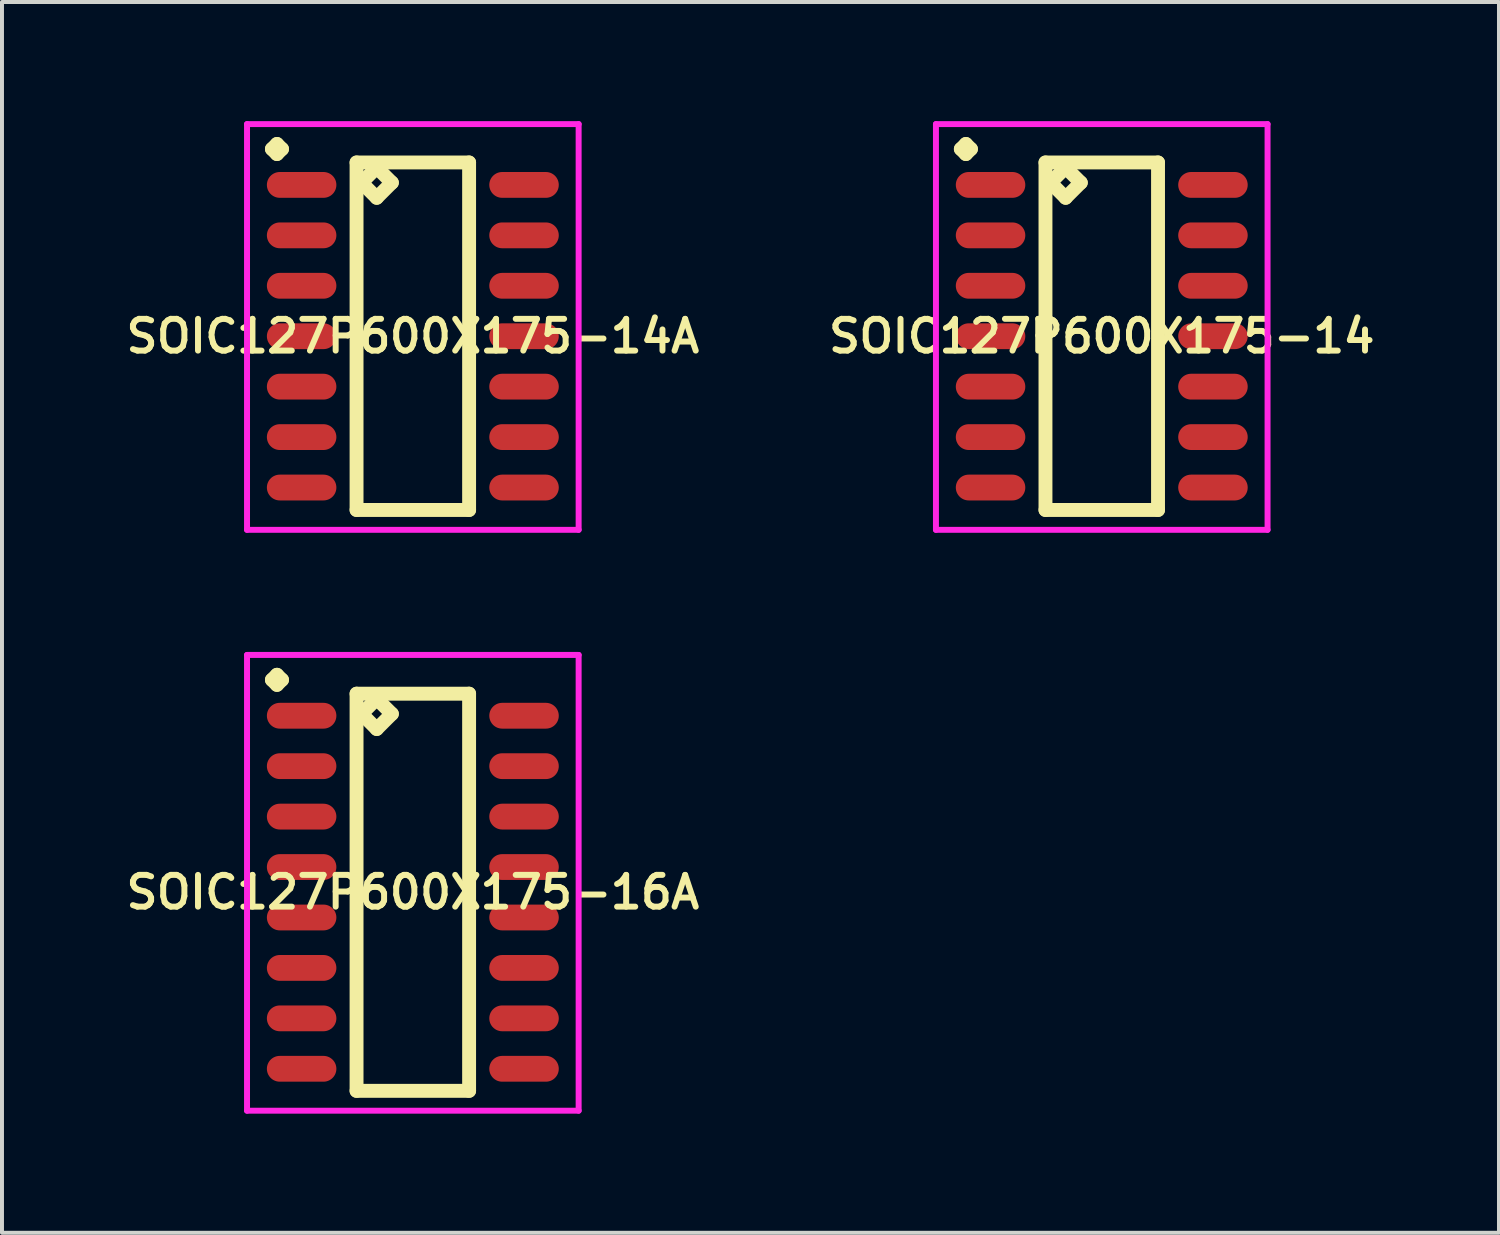
<source format=kicad_pcb>
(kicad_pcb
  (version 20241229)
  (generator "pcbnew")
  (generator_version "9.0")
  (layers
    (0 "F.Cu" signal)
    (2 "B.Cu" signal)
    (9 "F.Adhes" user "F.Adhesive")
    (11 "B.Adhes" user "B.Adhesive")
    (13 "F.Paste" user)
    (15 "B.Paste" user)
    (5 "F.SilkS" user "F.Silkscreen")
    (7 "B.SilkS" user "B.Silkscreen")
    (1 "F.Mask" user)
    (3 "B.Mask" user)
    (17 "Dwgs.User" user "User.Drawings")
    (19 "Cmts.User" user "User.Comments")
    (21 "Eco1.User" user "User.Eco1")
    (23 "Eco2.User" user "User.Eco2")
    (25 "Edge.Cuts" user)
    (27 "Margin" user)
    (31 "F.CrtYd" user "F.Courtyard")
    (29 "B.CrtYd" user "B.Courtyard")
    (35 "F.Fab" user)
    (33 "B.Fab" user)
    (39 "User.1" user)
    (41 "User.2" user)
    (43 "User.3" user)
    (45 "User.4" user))
  (footprint "SOIC127P600X175-16A"
    (layer "F.Cu")
    (at 7.345 19.417)
    (property "Reference" "SOIC127P600X175-16A" (at 0 0 0) (layer "F.SilkS") (effects (font (size 0.8 0.8) (thickness 0.15))))
    (attr smd)
    (fp_line (start -3.548 -5.349) (end -3.421 -5.476) (stroke (width 0.35) (type solid)) (layer "F.SilkS"))
    (fp_line (start -3.421 -5.476) (end -3.294 -5.349) (stroke (width 0.35) (type solid)) (layer "F.SilkS"))
    (fp_line (start -3.421 -5.222) (end -3.548 -5.349) (stroke (width 0.35) (type solid)) (layer "F.SilkS"))
    (fp_line (start -3.294 -5.349) (end -3.421 -5.222) (stroke (width 0.35) (type solid)) (layer "F.SilkS"))
    (fp_line (start -1.417 -5) (end -1.417 5) (stroke (width 0.35) (type solid)) (layer "F.SilkS"))
    (fp_line (start -1.417 5) (end 1.417 5) (stroke (width 0.35) (type solid)) (layer "F.SilkS"))
    (fp_line (start -1.29 -4.492) (end -0.909 -4.873) (stroke (width 0.35) (type solid)) (layer "F.SilkS"))
    (fp_line (start -0.909 -4.873) (end -0.528 -4.492) (stroke (width 0.35) (type solid)) (layer "F.SilkS"))
    (fp_line (start -0.909 -4.111) (end -1.29 -4.492) (stroke (width 0.35) (type solid)) (layer "F.SilkS"))
    (fp_line (start -0.528 -4.492) (end -0.909 -4.111) (stroke (width 0.35) (type solid)) (layer "F.SilkS"))
    (fp_line (start 1.417 -5) (end -1.417 -5) (stroke (width 0.35) (type solid)) (layer "F.SilkS"))
    (fp_line (start 1.417 5) (end 1.417 -5) (stroke (width 0.35) (type solid)) (layer "F.SilkS"))
    (fp_line (start -4.175 -5.976) (end 4.175 -5.976) (stroke (width 0.15) (type solid)) (layer "F.CrtYd"))
    (fp_line (start -4.175 5.5) (end -4.175 -5.976) (stroke (width 0.15) (type solid)) (layer "F.CrtYd"))
    (fp_line (start 4.175 -5.976) (end 4.175 5.5) (stroke (width 0.15) (type solid)) (layer "F.CrtYd"))
    (fp_line (start 4.175 5.5) (end -4.175 5.5) (stroke (width 0.15) (type solid)) (layer "F.CrtYd"))
    (pad "1" smd oval (at -2.8 -4.445) (size 1.75 0.65) (layers "F.Cu" "F.Mask" "F.Paste"))
    (pad "2" smd oval (at -2.8 -3.175) (size 1.75 0.65) (layers "F.Cu" "F.Mask" "F.Paste"))
    (pad "3" smd oval (at -2.8 -1.905) (size 1.75 0.65) (layers "F.Cu" "F.Mask" "F.Paste"))
    (pad "4" smd oval (at -2.8 -0.635) (size 1.75 0.65) (layers "F.Cu" "F.Mask" "F.Paste"))
    (pad "5" smd oval (at -2.8 0.635) (size 1.75 0.65) (layers "F.Cu" "F.Mask" "F.Paste"))
    (pad "6" smd oval (at -2.8 1.905) (size 1.75 0.65) (layers "F.Cu" "F.Mask" "F.Paste"))
    (pad "7" smd oval (at -2.8 3.175) (size 1.75 0.65) (layers "F.Cu" "F.Mask" "F.Paste"))
    (pad "8" smd oval (at -2.8 4.445) (size 1.75 0.65) (layers "F.Cu" "F.Mask" "F.Paste"))
    (pad "9" smd oval (at 2.8 4.445) (size 1.75 0.65) (layers "F.Cu" "F.Mask" "F.Paste"))
    (pad "10" smd oval (at 2.8 3.175) (size 1.75 0.65) (layers "F.Cu" "F.Mask" "F.Paste"))
    (pad "11" smd oval (at 2.8 1.905) (size 1.75 0.65) (layers "F.Cu" "F.Mask" "F.Paste"))
    (pad "12" smd oval (at 2.8 0.635) (size 1.75 0.65) (layers "F.Cu" "F.Mask" "F.Paste"))
    (pad "13" smd oval (at 2.8 -0.635) (size 1.75 0.65) (layers "F.Cu" "F.Mask" "F.Paste"))
    (pad "14" smd oval (at 2.8 -1.905) (size 1.75 0.65) (layers "F.Cu" "F.Mask" "F.Paste"))
    (pad "15" smd oval (at 2.8 -3.175) (size 1.75 0.65) (layers "F.Cu" "F.Mask" "F.Paste"))
    (pad "16" smd oval (at 2.8 -4.445) (size 1.75 0.65) (layers "F.Cu" "F.Mask" "F.Paste")))
  (footprint "SOIC127P600X175-14A"
    (layer "F.Cu")
    (at 7.345 5.416)
    (property "Reference" "SOIC127P600X175-14A" (at 0 0 0) (layer "F.SilkS") (effects (font (size 0.8 0.8) (thickness 0.15))))
    (attr through_hole)
    (fp_line (start -3.548 -4.714) (end -3.421 -4.841) (stroke (width 0.35) (type solid)) (layer "F.SilkS"))
    (fp_line (start -3.421 -4.841) (end -3.294 -4.714) (stroke (width 0.35) (type solid)) (layer "F.SilkS"))
    (fp_line (start -3.421 -4.587) (end -3.548 -4.714) (stroke (width 0.35) (type solid)) (layer "F.SilkS"))
    (fp_line (start -3.294 -4.714) (end -3.421 -4.587) (stroke (width 0.35) (type solid)) (layer "F.SilkS"))
    (fp_line (start -1.417 -4.375) (end -1.417 4.375) (stroke (width 0.35) (type solid)) (layer "F.SilkS"))
    (fp_line (start -1.417 4.375) (end 1.417 4.375) (stroke (width 0.35) (type solid)) (layer "F.SilkS"))
    (fp_line (start -1.29 -3.867) (end -0.909 -4.248) (stroke (width 0.35) (type solid)) (layer "F.SilkS"))
    (fp_line (start -0.909 -4.248) (end -0.528 -3.867) (stroke (width 0.35) (type solid)) (layer "F.SilkS"))
    (fp_line (start -0.909 -3.486) (end -1.29 -3.867) (stroke (width 0.35) (type solid)) (layer "F.SilkS"))
    (fp_line (start -0.528 -3.867) (end -0.909 -3.486) (stroke (width 0.35) (type solid)) (layer "F.SilkS"))
    (fp_line (start 1.417 -4.375) (end -1.417 -4.375) (stroke (width 0.35) (type solid)) (layer "F.SilkS"))
    (fp_line (start 1.417 4.375) (end 1.417 -4.375) (stroke (width 0.35) (type solid)) (layer "F.SilkS"))
    (fp_line (start -4.175 -5.341) (end 4.175 -5.341) (stroke (width 0.15) (type solid)) (layer "F.CrtYd"))
    (fp_line (start -4.175 4.875) (end -4.175 -5.341) (stroke (width 0.15) (type solid)) (layer "F.CrtYd"))
    (fp_line (start 4.175 -5.341) (end 4.175 4.875) (stroke (width 0.15) (type solid)) (layer "F.CrtYd"))
    (fp_line (start 4.175 4.875) (end -4.175 4.875) (stroke (width 0.15) (type solid)) (layer "F.CrtYd"))
    (pad "1" smd oval (at -2.8 -3.81) (size 1.75 0.65) (layers "F.Cu" "F.Mask" "F.Paste"))
    (pad "2" smd oval (at -2.8 -2.54) (size 1.75 0.65) (layers "F.Cu" "F.Mask" "F.Paste"))
    (pad "3" smd oval (at -2.8 -1.27) (size 1.75 0.65) (layers "F.Cu" "F.Mask" "F.Paste"))
    (pad "4" smd oval (at -2.8 0) (size 1.75 0.65) (layers "F.Cu" "F.Mask" "F.Paste"))
    (pad "5" smd oval (at -2.8 1.27) (size 1.75 0.65) (layers "F.Cu" "F.Mask" "F.Paste"))
    (pad "6" smd oval (at -2.8 2.54) (size 1.75 0.65) (layers "F.Cu" "F.Mask" "F.Paste"))
    (pad "7" smd oval (at -2.8 3.81) (size 1.75 0.65) (layers "F.Cu" "F.Mask" "F.Paste"))
    (pad "8" smd oval (at 2.8 3.81) (size 1.75 0.65) (layers "F.Cu" "F.Mask" "F.Paste"))
    (pad "9" smd oval (at 2.8 2.54) (size 1.75 0.65) (layers "F.Cu" "F.Mask" "F.Paste"))
    (pad "10" smd oval (at 2.8 1.27) (size 1.75 0.65) (layers "F.Cu" "F.Mask" "F.Paste"))
    (pad "11" smd oval (at 2.8 0) (size 1.75 0.65) (layers "F.Cu" "F.Mask" "F.Paste"))
    (pad "12" smd oval (at 2.8 -1.27) (size 1.75 0.65) (layers "F.Cu" "F.Mask" "F.Paste"))
    (pad "13" smd oval (at 2.8 -2.54) (size 1.75 0.65) (layers "F.Cu" "F.Mask" "F.Paste"))
    (pad "14" smd oval (at 2.8 -3.81) (size 1.75 0.65) (layers "F.Cu" "F.Mask" "F.Paste")))
  (footprint "SOIC127P600X175-14"
    (layer "F.Cu")
    (at 24.692 5.416)
    (property "Reference" "SOIC127P600X175-14" (at 0 0 0) (layer "F.SilkS") (effects (font (size 0.8 0.8) (thickness 0.15))))
    (attr through_hole)
    (fp_line (start -3.548 -4.714) (end -3.421 -4.841) (stroke (width 0.35) (type solid)) (layer "F.SilkS"))
    (fp_line (start -3.421 -4.841) (end -3.294 -4.714) (stroke (width 0.35) (type solid)) (layer "F.SilkS"))
    (fp_line (start -3.421 -4.587) (end -3.548 -4.714) (stroke (width 0.35) (type solid)) (layer "F.SilkS"))
    (fp_line (start -3.294 -4.714) (end -3.421 -4.587) (stroke (width 0.35) (type solid)) (layer "F.SilkS"))
    (fp_line (start -1.417 -4.375) (end -1.417 4.375) (stroke (width 0.35) (type solid)) (layer "F.SilkS"))
    (fp_line (start -1.417 4.375) (end 1.417 4.375) (stroke (width 0.35) (type solid)) (layer "F.SilkS"))
    (fp_line (start -1.29 -3.867) (end -0.909 -4.248) (stroke (width 0.35) (type solid)) (layer "F.SilkS"))
    (fp_line (start -0.909 -4.248) (end -0.528 -3.867) (stroke (width 0.35) (type solid)) (layer "F.SilkS"))
    (fp_line (start -0.909 -3.486) (end -1.29 -3.867) (stroke (width 0.35) (type solid)) (layer "F.SilkS"))
    (fp_line (start -0.528 -3.867) (end -0.909 -3.486) (stroke (width 0.35) (type solid)) (layer "F.SilkS"))
    (fp_line (start 1.417 -4.375) (end -1.417 -4.375) (stroke (width 0.35) (type solid)) (layer "F.SilkS"))
    (fp_line (start 1.417 4.375) (end 1.417 -4.375) (stroke (width 0.35) (type solid)) (layer "F.SilkS"))
    (fp_line (start -4.175 -5.341) (end 4.175 -5.341) (stroke (width 0.15) (type solid)) (layer "F.CrtYd"))
    (fp_line (start -4.175 4.875) (end -4.175 -5.341) (stroke (width 0.15) (type solid)) (layer "F.CrtYd"))
    (fp_line (start 4.175 -5.341) (end 4.175 4.875) (stroke (width 0.15) (type solid)) (layer "F.CrtYd"))
    (fp_line (start 4.175 4.875) (end -4.175 4.875) (stroke (width 0.15) (type solid)) (layer "F.CrtYd"))
    (pad "1" smd oval (at -2.8 -3.81) (size 1.75 0.65) (layers "F.Cu" "F.Mask" "F.Paste"))
    (pad "2" smd oval (at -2.8 -2.54) (size 1.75 0.65) (layers "F.Cu" "F.Mask" "F.Paste"))
    (pad "3" smd oval (at -2.8 -1.27) (size 1.75 0.65) (layers "F.Cu" "F.Mask" "F.Paste"))
    (pad "4" smd oval (at -2.8 0) (size 1.75 0.65) (layers "F.Cu" "F.Mask" "F.Paste"))
    (pad "5" smd oval (at -2.8 1.27) (size 1.75 0.65) (layers "F.Cu" "F.Mask" "F.Paste"))
    (pad "6" smd oval (at -2.8 2.54) (size 1.75 0.65) (layers "F.Cu" "F.Mask" "F.Paste"))
    (pad "7" smd oval (at -2.8 3.81) (size 1.75 0.65) (layers "F.Cu" "F.Mask" "F.Paste"))
    (pad "8" smd oval (at 2.8 3.81) (size 1.75 0.65) (layers "F.Cu" "F.Mask" "F.Paste"))
    (pad "9" smd oval (at 2.8 2.54) (size 1.75 0.65) (layers "F.Cu" "F.Mask" "F.Paste"))
    (pad "10" smd oval (at 2.8 1.27) (size 1.75 0.65) (layers "F.Cu" "F.Mask" "F.Paste"))
    (pad "11" smd oval (at 2.8 0) (size 1.75 0.65) (layers "F.Cu" "F.Mask" "F.Paste"))
    (pad "12" smd oval (at 2.8 -1.27) (size 1.75 0.65) (layers "F.Cu" "F.Mask" "F.Paste"))
    (pad "13" smd oval (at 2.8 -2.54) (size 1.75 0.65) (layers "F.Cu" "F.Mask" "F.Paste"))
    (pad "14" smd oval (at 2.8 -3.81) (size 1.75 0.65) (layers "F.Cu" "F.Mask" "F.Paste")))
  (gr_rect
    (start -3 -3)
    (end 34.694 27.992)
    (stroke (width 0.1) (type default))
    (fill no)
    (layer "Edge.Cuts")))
</source>
